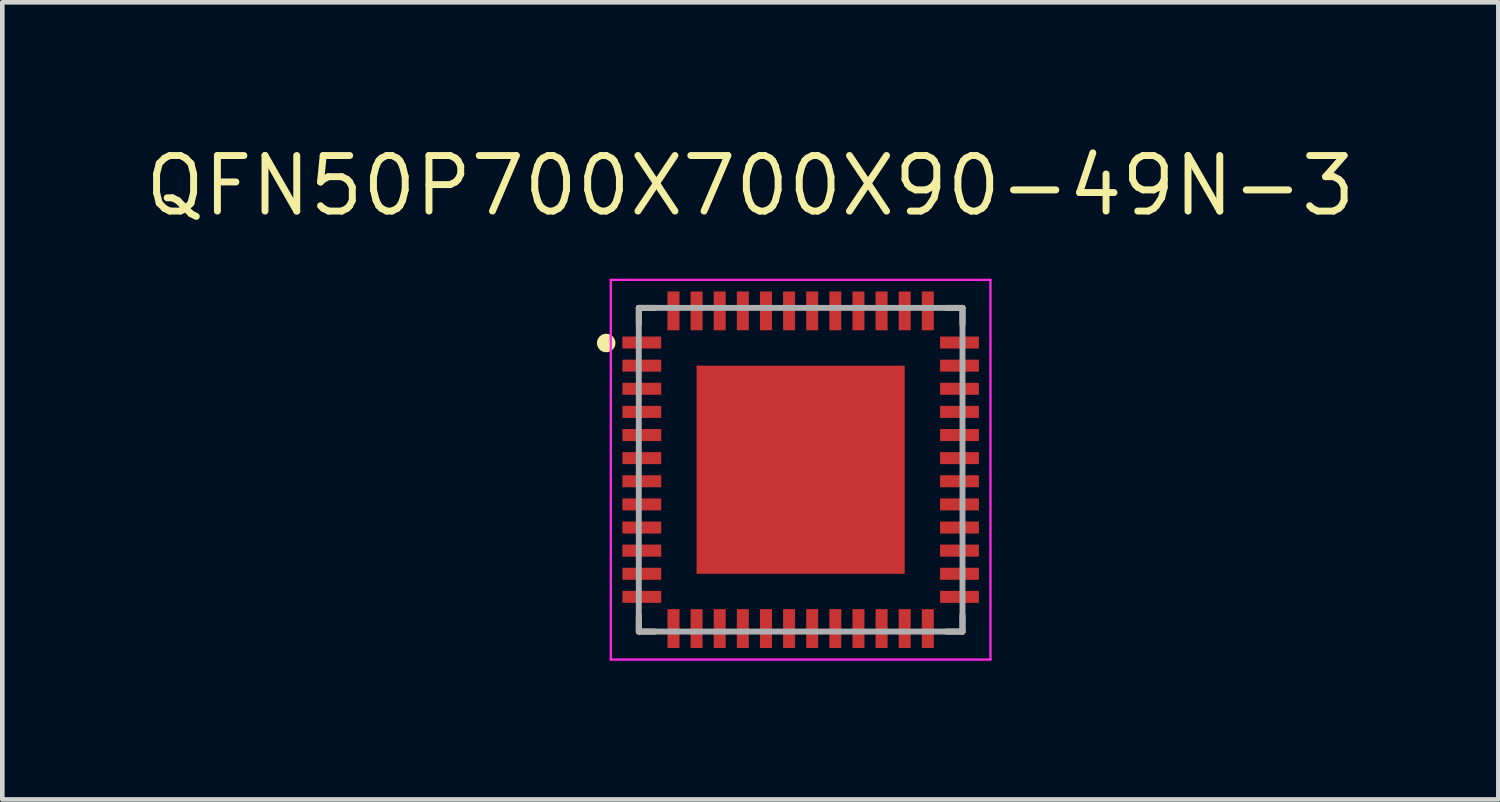
<source format=kicad_pcb>
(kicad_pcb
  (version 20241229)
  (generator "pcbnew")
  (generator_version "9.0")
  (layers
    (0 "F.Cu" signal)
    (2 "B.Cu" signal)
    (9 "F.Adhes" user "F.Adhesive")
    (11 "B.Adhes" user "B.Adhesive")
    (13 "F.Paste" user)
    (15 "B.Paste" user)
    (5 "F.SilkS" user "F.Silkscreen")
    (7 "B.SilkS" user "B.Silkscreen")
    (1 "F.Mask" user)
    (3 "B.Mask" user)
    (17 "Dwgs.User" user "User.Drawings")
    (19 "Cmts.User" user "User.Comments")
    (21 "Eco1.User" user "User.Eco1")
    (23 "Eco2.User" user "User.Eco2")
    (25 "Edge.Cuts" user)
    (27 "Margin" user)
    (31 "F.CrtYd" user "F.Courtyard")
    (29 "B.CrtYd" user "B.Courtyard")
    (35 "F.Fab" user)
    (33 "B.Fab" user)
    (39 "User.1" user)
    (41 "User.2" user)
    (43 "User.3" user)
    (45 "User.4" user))
  (footprint "QFN50P700X700X90-49N-3"
    (layer "F.Cu")
    (at 14.263 7.107)
    (property "Reference" "QFN50P700X700X90-49N-3" (at -1.088 -6.141 0) (layer "F.SilkS") (effects (font (size 1.201 1.201) (thickness 0.15))))
    (attr through_hole)
    (fp_line (start -3.5 -3.5) (end -3.5 -3.15) (stroke (width 0.127) (type solid)) (layer "F.SilkS"))
    (fp_line (start -3.5 -3.5) (end -3.15 -3.5) (stroke (width 0.127) (type solid)) (layer "F.SilkS"))
    (fp_line (start -3.5 3.5) (end -3.5 3.15) (stroke (width 0.127) (type solid)) (layer "F.SilkS"))
    (fp_line (start -3.5 3.5) (end -3.15 3.5) (stroke (width 0.127) (type solid)) (layer "F.SilkS"))
    (fp_line (start 3.5 -3.5) (end 3.15 -3.5) (stroke (width 0.127) (type solid)) (layer "F.SilkS"))
    (fp_line (start 3.5 -3.5) (end 3.5 -3.15) (stroke (width 0.127) (type solid)) (layer "F.SilkS"))
    (fp_line (start 3.5 3.5) (end 3.15 3.5) (stroke (width 0.127) (type solid)) (layer "F.SilkS"))
    (fp_line (start 3.5 3.5) (end 3.5 3.15) (stroke (width 0.127) (type solid)) (layer "F.SilkS"))
    (fp_circle (center -4.205 -2.74) (end -4.105 -2.74) (stroke (width 0.2) (type solid)) (fill no) (layer "F.SilkS"))
    (fp_poly (pts (xy -1.92 -1.82) (xy -1.92 -1.825) (xy -1.919 -1.83) (xy -1.919 -1.836) (xy -1.918 -1.841) (xy -1.917 -1.846) (xy -1.915 -1.851) (xy -1.913 -1.856) (xy -1.911 -1.861) (xy -1.909 -1.865) (xy -1.907 -1.87) (xy -1.904 -1.874) (xy -1.901 -1.879) (xy -1.898 -1.883) (xy -1.894 -1.887) (xy -1.891 -1.891) (xy -1.887 -1.894) (xy -1.883 -1.898) (xy -1.879 -1.901) (xy -1.874 -1.904) (xy -1.87 -1.907) (xy -1.865 -1.909) (xy -1.861 -1.911) (xy -1.856 -1.913) (xy -1.851 -1.915) (xy -1.846 -1.917) (xy -1.841 -1.918) (xy -1.836 -1.919) (xy -1.83 -1.919) (xy -1.825 -1.92) (xy -1.82 -1.92) (xy -0.43 -1.92) (xy -0.425 -1.92) (xy -0.42 -1.919) (xy -0.414 -1.919) (xy -0.409 -1.918) (xy -0.404 -1.917) (xy -0.399 -1.915) (xy -0.394 -1.913) (xy -0.389 -1.911) (xy -0.385 -1.909) (xy -0.38 -1.907) (xy -0.376 -1.904) (xy -0.371 -1.901) (xy -0.367 -1.898) (xy -0.363 -1.894) (xy -0.359 -1.891) (xy -0.356 -1.887) (xy -0.352 -1.883) (xy -0.349 -1.879) (xy -0.346 -1.874) (xy -0.343 -1.87) (xy -0.341 -1.865) (xy -0.339 -1.861) (xy -0.337 -1.856) (xy -0.335 -1.851) (xy -0.333 -1.846) (xy -0.332 -1.841) (xy -0.331 -1.836) (xy -0.331 -1.83) (xy -0.33 -1.825) (xy -0.33 -1.82) (xy -0.33 -0.43) (xy -0.33 -0.425) (xy -0.331 -0.42) (xy -0.331 -0.414) (xy -0.332 -0.409) (xy -0.333 -0.404) (xy -0.335 -0.399) (xy -0.337 -0.394) (xy -0.339 -0.389) (xy -0.341 -0.385) (xy -0.343 -0.38) (xy -0.346 -0.376) (xy -0.349 -0.371) (xy -0.352 -0.367) (xy -0.356 -0.363) (xy -0.359 -0.359) (xy -0.363 -0.356) (xy -0.367 -0.352) (xy -0.371 -0.349) (xy -0.376 -0.346) (xy -0.38 -0.343) (xy -0.385 -0.341) (xy -0.389 -0.339) (xy -0.394 -0.337) (xy -0.399 -0.335) (xy -0.404 -0.333) (xy -0.409 -0.332) (xy -0.414 -0.331) (xy -0.42 -0.331) (xy -0.425 -0.33) (xy -0.43 -0.33) (xy -1.82 -0.33) (xy -1.825 -0.33) (xy -1.83 -0.331) (xy -1.836 -0.331) (xy -1.841 -0.332) (xy -1.846 -0.333) (xy -1.851 -0.335) (xy -1.856 -0.337) (xy -1.861 -0.339) (xy -1.865 -0.341) (xy -1.87 -0.343) (xy -1.874 -0.346) (xy -1.879 -0.349) (xy -1.883 -0.352) (xy -1.887 -0.356) (xy -1.891 -0.359) (xy -1.894 -0.363) (xy -1.898 -0.367) (xy -1.901 -0.371) (xy -1.904 -0.376) (xy -1.907 -0.38) (xy -1.909 -0.385) (xy -1.911 -0.389) (xy -1.913 -0.394) (xy -1.915 -0.399) (xy -1.917 -0.404) (xy -1.918 -0.409) (xy -1.919 -0.414) (xy -1.919 -0.42) (xy -1.92 -0.425) (xy -1.92 -0.43) (xy -1.92 -1.82)) (stroke (width 0.001) (type solid)) (fill yes) (layer "F.Paste"))
    (fp_poly (pts (xy -1.92 0.43) (xy -1.92 0.425) (xy -1.919 0.42) (xy -1.919 0.414) (xy -1.918 0.409) (xy -1.917 0.404) (xy -1.915 0.399) (xy -1.913 0.394) (xy -1.911 0.389) (xy -1.909 0.385) (xy -1.907 0.38) (xy -1.904 0.376) (xy -1.901 0.371) (xy -1.898 0.367) (xy -1.894 0.363) (xy -1.891 0.359) (xy -1.887 0.356) (xy -1.883 0.352) (xy -1.879 0.349) (xy -1.874 0.346) (xy -1.87 0.343) (xy -1.865 0.341) (xy -1.861 0.339) (xy -1.856 0.337) (xy -1.851 0.335) (xy -1.846 0.333) (xy -1.841 0.332) (xy -1.836 0.331) (xy -1.83 0.331) (xy -1.825 0.33) (xy -1.82 0.33) (xy -0.43 0.33) (xy -0.425 0.33) (xy -0.42 0.331) (xy -0.414 0.331) (xy -0.409 0.332) (xy -0.404 0.333) (xy -0.399 0.335) (xy -0.394 0.337) (xy -0.389 0.339) (xy -0.385 0.341) (xy -0.38 0.343) (xy -0.376 0.346) (xy -0.371 0.349) (xy -0.367 0.352) (xy -0.363 0.356) (xy -0.359 0.359) (xy -0.356 0.363) (xy -0.352 0.367) (xy -0.349 0.371) (xy -0.346 0.376) (xy -0.343 0.38) (xy -0.341 0.385) (xy -0.339 0.389) (xy -0.337 0.394) (xy -0.335 0.399) (xy -0.333 0.404) (xy -0.332 0.409) (xy -0.331 0.414) (xy -0.331 0.42) (xy -0.33 0.425) (xy -0.33 0.43) (xy -0.33 1.82) (xy -0.33 1.825) (xy -0.331 1.83) (xy -0.331 1.836) (xy -0.332 1.841) (xy -0.333 1.846) (xy -0.335 1.851) (xy -0.337 1.856) (xy -0.339 1.861) (xy -0.341 1.865) (xy -0.343 1.87) (xy -0.346 1.874) (xy -0.349 1.879) (xy -0.352 1.883) (xy -0.356 1.887) (xy -0.359 1.891) (xy -0.363 1.894) (xy -0.367 1.898) (xy -0.371 1.901) (xy -0.376 1.904) (xy -0.38 1.907) (xy -0.385 1.909) (xy -0.389 1.911) (xy -0.394 1.913) (xy -0.399 1.915) (xy -0.404 1.917) (xy -0.409 1.918) (xy -0.414 1.919) (xy -0.42 1.919) (xy -0.425 1.92) (xy -0.43 1.92) (xy -1.82 1.92) (xy -1.825 1.92) (xy -1.83 1.919) (xy -1.836 1.919) (xy -1.841 1.918) (xy -1.846 1.917) (xy -1.851 1.915) (xy -1.856 1.913) (xy -1.861 1.911) (xy -1.865 1.909) (xy -1.87 1.907) (xy -1.874 1.904) (xy -1.879 1.901) (xy -1.883 1.898) (xy -1.887 1.894) (xy -1.891 1.891) (xy -1.894 1.887) (xy -1.898 1.883) (xy -1.901 1.879) (xy -1.904 1.874) (xy -1.907 1.87) (xy -1.909 1.865) (xy -1.911 1.861) (xy -1.913 1.856) (xy -1.915 1.851) (xy -1.917 1.846) (xy -1.918 1.841) (xy -1.919 1.836) (xy -1.919 1.83) (xy -1.92 1.825) (xy -1.92 1.82) (xy -1.92 0.43)) (stroke (width 0.001) (type solid)) (fill yes) (layer "F.Paste"))
    (fp_poly (pts (xy 0.33 -1.82) (xy 0.33 -1.825) (xy 0.331 -1.83) (xy 0.331 -1.836) (xy 0.332 -1.841) (xy 0.333 -1.846) (xy 0.335 -1.851) (xy 0.337 -1.856) (xy 0.339 -1.861) (xy 0.341 -1.865) (xy 0.343 -1.87) (xy 0.346 -1.874) (xy 0.349 -1.879) (xy 0.352 -1.883) (xy 0.356 -1.887) (xy 0.359 -1.891) (xy 0.363 -1.894) (xy 0.367 -1.898) (xy 0.371 -1.901) (xy 0.376 -1.904) (xy 0.38 -1.907) (xy 0.385 -1.909) (xy 0.389 -1.911) (xy 0.394 -1.913) (xy 0.399 -1.915) (xy 0.404 -1.917) (xy 0.409 -1.918) (xy 0.414 -1.919) (xy 0.42 -1.919) (xy 0.425 -1.92) (xy 0.43 -1.92) (xy 1.82 -1.92) (xy 1.825 -1.92) (xy 1.83 -1.919) (xy 1.836 -1.919) (xy 1.841 -1.918) (xy 1.846 -1.917) (xy 1.851 -1.915) (xy 1.856 -1.913) (xy 1.861 -1.911) (xy 1.865 -1.909) (xy 1.87 -1.907) (xy 1.874 -1.904) (xy 1.879 -1.901) (xy 1.883 -1.898) (xy 1.887 -1.894) (xy 1.891 -1.891) (xy 1.894 -1.887) (xy 1.898 -1.883) (xy 1.901 -1.879) (xy 1.904 -1.874) (xy 1.907 -1.87) (xy 1.909 -1.865) (xy 1.911 -1.861) (xy 1.913 -1.856) (xy 1.915 -1.851) (xy 1.917 -1.846) (xy 1.918 -1.841) (xy 1.919 -1.836) (xy 1.919 -1.83) (xy 1.92 -1.825) (xy 1.92 -1.82) (xy 1.92 -0.43) (xy 1.92 -0.425) (xy 1.919 -0.42) (xy 1.919 -0.414) (xy 1.918 -0.409) (xy 1.917 -0.404) (xy 1.915 -0.399) (xy 1.913 -0.394) (xy 1.911 -0.389) (xy 1.909 -0.385) (xy 1.907 -0.38) (xy 1.904 -0.376) (xy 1.901 -0.371) (xy 1.898 -0.367) (xy 1.894 -0.363) (xy 1.891 -0.359) (xy 1.887 -0.356) (xy 1.883 -0.352) (xy 1.879 -0.349) (xy 1.874 -0.346) (xy 1.87 -0.343) (xy 1.865 -0.341) (xy 1.861 -0.339) (xy 1.856 -0.337) (xy 1.851 -0.335) (xy 1.846 -0.333) (xy 1.841 -0.332) (xy 1.836 -0.331) (xy 1.83 -0.331) (xy 1.825 -0.33) (xy 1.82 -0.33) (xy 0.43 -0.33) (xy 0.425 -0.33) (xy 0.42 -0.331) (xy 0.414 -0.331) (xy 0.409 -0.332) (xy 0.404 -0.333) (xy 0.399 -0.335) (xy 0.394 -0.337) (xy 0.389 -0.339) (xy 0.385 -0.341) (xy 0.38 -0.343) (xy 0.376 -0.346) (xy 0.371 -0.349) (xy 0.367 -0.352) (xy 0.363 -0.356) (xy 0.359 -0.359) (xy 0.356 -0.363) (xy 0.352 -0.367) (xy 0.349 -0.371) (xy 0.346 -0.376) (xy 0.343 -0.38) (xy 0.341 -0.385) (xy 0.339 -0.389) (xy 0.337 -0.394) (xy 0.335 -0.399) (xy 0.333 -0.404) (xy 0.332 -0.409) (xy 0.331 -0.414) (xy 0.331 -0.42) (xy 0.33 -0.425) (xy 0.33 -0.43) (xy 0.33 -1.82)) (stroke (width 0.001) (type solid)) (fill yes) (layer "F.Paste"))
    (fp_poly (pts (xy 1.92 1.82) (xy 1.92 1.825) (xy 1.919 1.83) (xy 1.919 1.836) (xy 1.918 1.841) (xy 1.917 1.846) (xy 1.915 1.851) (xy 1.913 1.856) (xy 1.911 1.861) (xy 1.909 1.865) (xy 1.907 1.87) (xy 1.904 1.874) (xy 1.901 1.879) (xy 1.898 1.883) (xy 1.894 1.887) (xy 1.891 1.891) (xy 1.887 1.894) (xy 1.883 1.898) (xy 1.879 1.901) (xy 1.874 1.904) (xy 1.87 1.907) (xy 1.865 1.909) (xy 1.861 1.911) (xy 1.856 1.913) (xy 1.851 1.915) (xy 1.846 1.917) (xy 1.841 1.918) (xy 1.836 1.919) (xy 1.83 1.919) (xy 1.825 1.92) (xy 1.82 1.92) (xy 0.43 1.92) (xy 0.425 1.92) (xy 0.42 1.919) (xy 0.414 1.919) (xy 0.409 1.918) (xy 0.404 1.917) (xy 0.399 1.915) (xy 0.394 1.913) (xy 0.389 1.911) (xy 0.385 1.909) (xy 0.38 1.907) (xy 0.376 1.904) (xy 0.371 1.901) (xy 0.367 1.898) (xy 0.363 1.894) (xy 0.359 1.891) (xy 0.356 1.887) (xy 0.352 1.883) (xy 0.349 1.879) (xy 0.346 1.874) (xy 0.343 1.87) (xy 0.341 1.865) (xy 0.339 1.861) (xy 0.337 1.856) (xy 0.335 1.851) (xy 0.333 1.846) (xy 0.332 1.841) (xy 0.331 1.836) (xy 0.331 1.83) (xy 0.33 1.825) (xy 0.33 1.82) (xy 0.33 0.43) (xy 0.33 0.425) (xy 0.331 0.42) (xy 0.331 0.414) (xy 0.332 0.409) (xy 0.333 0.404) (xy 0.335 0.399) (xy 0.337 0.394) (xy 0.339 0.389) (xy 0.341 0.385) (xy 0.343 0.38) (xy 0.346 0.376) (xy 0.349 0.371) (xy 0.352 0.367) (xy 0.356 0.363) (xy 0.359 0.359) (xy 0.363 0.356) (xy 0.367 0.352) (xy 0.371 0.349) (xy 0.376 0.346) (xy 0.38 0.343) (xy 0.385 0.341) (xy 0.389 0.339) (xy 0.394 0.337) (xy 0.399 0.335) (xy 0.404 0.333) (xy 0.409 0.332) (xy 0.414 0.331) (xy 0.42 0.331) (xy 0.425 0.33) (xy 0.43 0.33) (xy 1.82 0.33) (xy 1.825 0.33) (xy 1.83 0.331) (xy 1.836 0.331) (xy 1.841 0.332) (xy 1.846 0.333) (xy 1.851 0.335) (xy 1.856 0.337) (xy 1.861 0.339) (xy 1.865 0.341) (xy 1.87 0.343) (xy 1.874 0.346) (xy 1.879 0.349) (xy 1.883 0.352) (xy 1.887 0.356) (xy 1.891 0.359) (xy 1.894 0.363) (xy 1.898 0.367) (xy 1.901 0.371) (xy 1.904 0.376) (xy 1.907 0.38) (xy 1.909 0.385) (xy 1.911 0.389) (xy 1.913 0.394) (xy 1.915 0.399) (xy 1.917 0.404) (xy 1.918 0.409) (xy 1.919 0.414) (xy 1.919 0.42) (xy 1.92 0.425) (xy 1.92 0.43) (xy 1.92 1.82)) (stroke (width 0.001) (type solid)) (fill yes) (layer "F.Paste"))
    (fp_line (start -4.105 -4.105) (end 4.105 -4.105) (stroke (width 0.05) (type solid)) (layer "F.CrtYd"))
    (fp_line (start -4.105 4.105) (end -4.105 -4.105) (stroke (width 0.05) (type solid)) (layer "F.CrtYd"))
    (fp_line (start -4.105 4.105) (end 4.105 4.105) (stroke (width 0.05) (type solid)) (layer "F.CrtYd"))
    (fp_line (start 4.105 4.105) (end 4.105 -4.105) (stroke (width 0.05) (type solid)) (layer "F.CrtYd"))
    (fp_line (start -3.5 3.5) (end -3.5 -3.5) (stroke (width 0.127) (type solid)) (layer "F.Fab"))
    (fp_line (start 3.5 -3.5) (end -3.5 -3.5) (stroke (width 0.127) (type solid)) (layer "F.Fab"))
    (fp_line (start 3.5 3.5) (end -3.5 3.5) (stroke (width 0.127) (type solid)) (layer "F.Fab"))
    (fp_line (start 3.5 3.5) (end 3.5 -3.5) (stroke (width 0.127) (type solid)) (layer "F.Fab"))
    (pad "1" smd roundrect (at -3.435 -2.75) (size 0.84 0.26) (layers "F.Cu" "F.Mask" "F.Paste") (roundrect_rratio 0.03))
    (pad "2" smd roundrect (at -3.435 -2.25) (size 0.84 0.26) (layers "F.Cu" "F.Mask" "F.Paste") (roundrect_rratio 0.03))
    (pad "3" smd roundrect (at -3.435 -1.75) (size 0.84 0.26) (layers "F.Cu" "F.Mask" "F.Paste") (roundrect_rratio 0.03))
    (pad "4" smd roundrect (at -3.435 -1.25) (size 0.84 0.26) (layers "F.Cu" "F.Mask" "F.Paste") (roundrect_rratio 0.03))
    (pad "5" smd roundrect (at -3.435 -0.75) (size 0.84 0.26) (layers "F.Cu" "F.Mask" "F.Paste") (roundrect_rratio 0.03))
    (pad "6" smd roundrect (at -3.435 -0.25) (size 0.84 0.26) (layers "F.Cu" "F.Mask" "F.Paste") (roundrect_rratio 0.03))
    (pad "7" smd roundrect (at -3.435 0.25) (size 0.84 0.26) (layers "F.Cu" "F.Mask" "F.Paste") (roundrect_rratio 0.03))
    (pad "8" smd roundrect (at -3.435 0.75) (size 0.84 0.26) (layers "F.Cu" "F.Mask" "F.Paste") (roundrect_rratio 0.03))
    (pad "9" smd roundrect (at -3.435 1.25) (size 0.84 0.26) (layers "F.Cu" "F.Mask" "F.Paste") (roundrect_rratio 0.03))
    (pad "10" smd roundrect (at -3.435 1.75) (size 0.84 0.26) (layers "F.Cu" "F.Mask" "F.Paste") (roundrect_rratio 0.03))
    (pad "11" smd roundrect (at -3.435 2.25) (size 0.84 0.26) (layers "F.Cu" "F.Mask" "F.Paste") (roundrect_rratio 0.03))
    (pad "12" smd roundrect (at -3.435 2.75) (size 0.84 0.26) (layers "F.Cu" "F.Mask" "F.Paste") (roundrect_rratio 0.03))
    (pad "13" smd roundrect (at -2.75 3.435) (size 0.26 0.84) (layers "F.Cu" "F.Mask" "F.Paste") (roundrect_rratio 0.03))
    (pad "14" smd roundrect (at -2.25 3.435) (size 0.26 0.84) (layers "F.Cu" "F.Mask" "F.Paste") (roundrect_rratio 0.03))
    (pad "15" smd roundrect (at -1.75 3.435) (size 0.26 0.84) (layers "F.Cu" "F.Mask" "F.Paste") (roundrect_rratio 0.03))
    (pad "16" smd roundrect (at -1.25 3.435) (size 0.26 0.84) (layers "F.Cu" "F.Mask" "F.Paste") (roundrect_rratio 0.03))
    (pad "17" smd roundrect (at -0.75 3.435) (size 0.26 0.84) (layers "F.Cu" "F.Mask" "F.Paste") (roundrect_rratio 0.03))
    (pad "18" smd roundrect (at -0.25 3.435) (size 0.26 0.84) (layers "F.Cu" "F.Mask" "F.Paste") (roundrect_rratio 0.03))
    (pad "19" smd roundrect (at 0.25 3.435) (size 0.26 0.84) (layers "F.Cu" "F.Mask" "F.Paste") (roundrect_rratio 0.03))
    (pad "20" smd roundrect (at 0.75 3.435) (size 0.26 0.84) (layers "F.Cu" "F.Mask" "F.Paste") (roundrect_rratio 0.03))
    (pad "21" smd roundrect (at 1.25 3.435) (size 0.26 0.84) (layers "F.Cu" "F.Mask" "F.Paste") (roundrect_rratio 0.03))
    (pad "22" smd roundrect (at 1.75 3.435) (size 0.26 0.84) (layers "F.Cu" "F.Mask" "F.Paste") (roundrect_rratio 0.03))
    (pad "23" smd roundrect (at 2.25 3.435) (size 0.26 0.84) (layers "F.Cu" "F.Mask" "F.Paste") (roundrect_rratio 0.03))
    (pad "24" smd roundrect (at 2.75 3.435) (size 0.26 0.84) (layers "F.Cu" "F.Mask" "F.Paste") (roundrect_rratio 0.03))
    (pad "25" smd roundrect (at 3.435 2.75) (size 0.84 0.26) (layers "F.Cu" "F.Mask" "F.Paste") (roundrect_rratio 0.03))
    (pad "26" smd roundrect (at 3.435 2.25) (size 0.84 0.26) (layers "F.Cu" "F.Mask" "F.Paste") (roundrect_rratio 0.03))
    (pad "27" smd roundrect (at 3.435 1.75) (size 0.84 0.26) (layers "F.Cu" "F.Mask" "F.Paste") (roundrect_rratio 0.03))
    (pad "28" smd roundrect (at 3.435 1.25) (size 0.84 0.26) (layers "F.Cu" "F.Mask" "F.Paste") (roundrect_rratio 0.03))
    (pad "29" smd roundrect (at 3.435 0.75) (size 0.84 0.26) (layers "F.Cu" "F.Mask" "F.Paste") (roundrect_rratio 0.03))
    (pad "30" smd roundrect (at 3.435 0.25) (size 0.84 0.26) (layers "F.Cu" "F.Mask" "F.Paste") (roundrect_rratio 0.03))
    (pad "31" smd roundrect (at 3.435 -0.25) (size 0.84 0.26) (layers "F.Cu" "F.Mask" "F.Paste") (roundrect_rratio 0.03))
    (pad "32" smd roundrect (at 3.435 -0.75) (size 0.84 0.26) (layers "F.Cu" "F.Mask" "F.Paste") (roundrect_rratio 0.03))
    (pad "33" smd roundrect (at 3.435 -1.25) (size 0.84 0.26) (layers "F.Cu" "F.Mask" "F.Paste") (roundrect_rratio 0.03))
    (pad "34" smd roundrect (at 3.435 -1.75) (size 0.84 0.26) (layers "F.Cu" "F.Mask" "F.Paste") (roundrect_rratio 0.03))
    (pad "35" smd roundrect (at 3.435 -2.25) (size 0.84 0.26) (layers "F.Cu" "F.Mask" "F.Paste") (roundrect_rratio 0.03))
    (pad "36" smd roundrect (at 3.435 -2.75) (size 0.84 0.26) (layers "F.Cu" "F.Mask" "F.Paste") (roundrect_rratio 0.03))
    (pad "37" smd roundrect (at 2.75 -3.435) (size 0.26 0.84) (layers "F.Cu" "F.Mask" "F.Paste") (roundrect_rratio 0.03))
    (pad "38" smd roundrect (at 2.25 -3.435) (size 0.26 0.84) (layers "F.Cu" "F.Mask" "F.Paste") (roundrect_rratio 0.03))
    (pad "39" smd roundrect (at 1.75 -3.435) (size 0.26 0.84) (layers "F.Cu" "F.Mask" "F.Paste") (roundrect_rratio 0.03))
    (pad "40" smd roundrect (at 1.25 -3.435) (size 0.26 0.84) (layers "F.Cu" "F.Mask" "F.Paste") (roundrect_rratio 0.03))
    (pad "41" smd roundrect (at 0.75 -3.435) (size 0.26 0.84) (layers "F.Cu" "F.Mask" "F.Paste") (roundrect_rratio 0.03))
    (pad "42" smd roundrect (at 0.25 -3.435) (size 0.26 0.84) (layers "F.Cu" "F.Mask" "F.Paste") (roundrect_rratio 0.03))
    (pad "43" smd roundrect (at -0.25 -3.435) (size 0.26 0.84) (layers "F.Cu" "F.Mask" "F.Paste") (roundrect_rratio 0.03))
    (pad "44" smd roundrect (at -0.75 -3.435) (size 0.26 0.84) (layers "F.Cu" "F.Mask" "F.Paste") (roundrect_rratio 0.03))
    (pad "45" smd roundrect (at -1.25 -3.435) (size 0.26 0.84) (layers "F.Cu" "F.Mask" "F.Paste") (roundrect_rratio 0.03))
    (pad "46" smd roundrect (at -1.75 -3.435) (size 0.26 0.84) (layers "F.Cu" "F.Mask" "F.Paste") (roundrect_rratio 0.03))
    (pad "47" smd roundrect (at -2.25 -3.435) (size 0.26 0.84) (layers "F.Cu" "F.Mask" "F.Paste") (roundrect_rratio 0.03))
    (pad "48" smd roundrect (at -2.75 -3.435) (size 0.26 0.84) (layers "F.Cu" "F.Mask" "F.Paste") (roundrect_rratio 0.03))
    (pad "49" smd rect (at 0 0) (size 4.5 4.5) (layers "F.Cu" "F.Mask")))
  (gr_rect
    (start -3 -3)
    (end 29.35 14.237)
    (stroke (width 0.1) (type default))
    (fill no)
    (layer "Edge.Cuts")))
</source>
